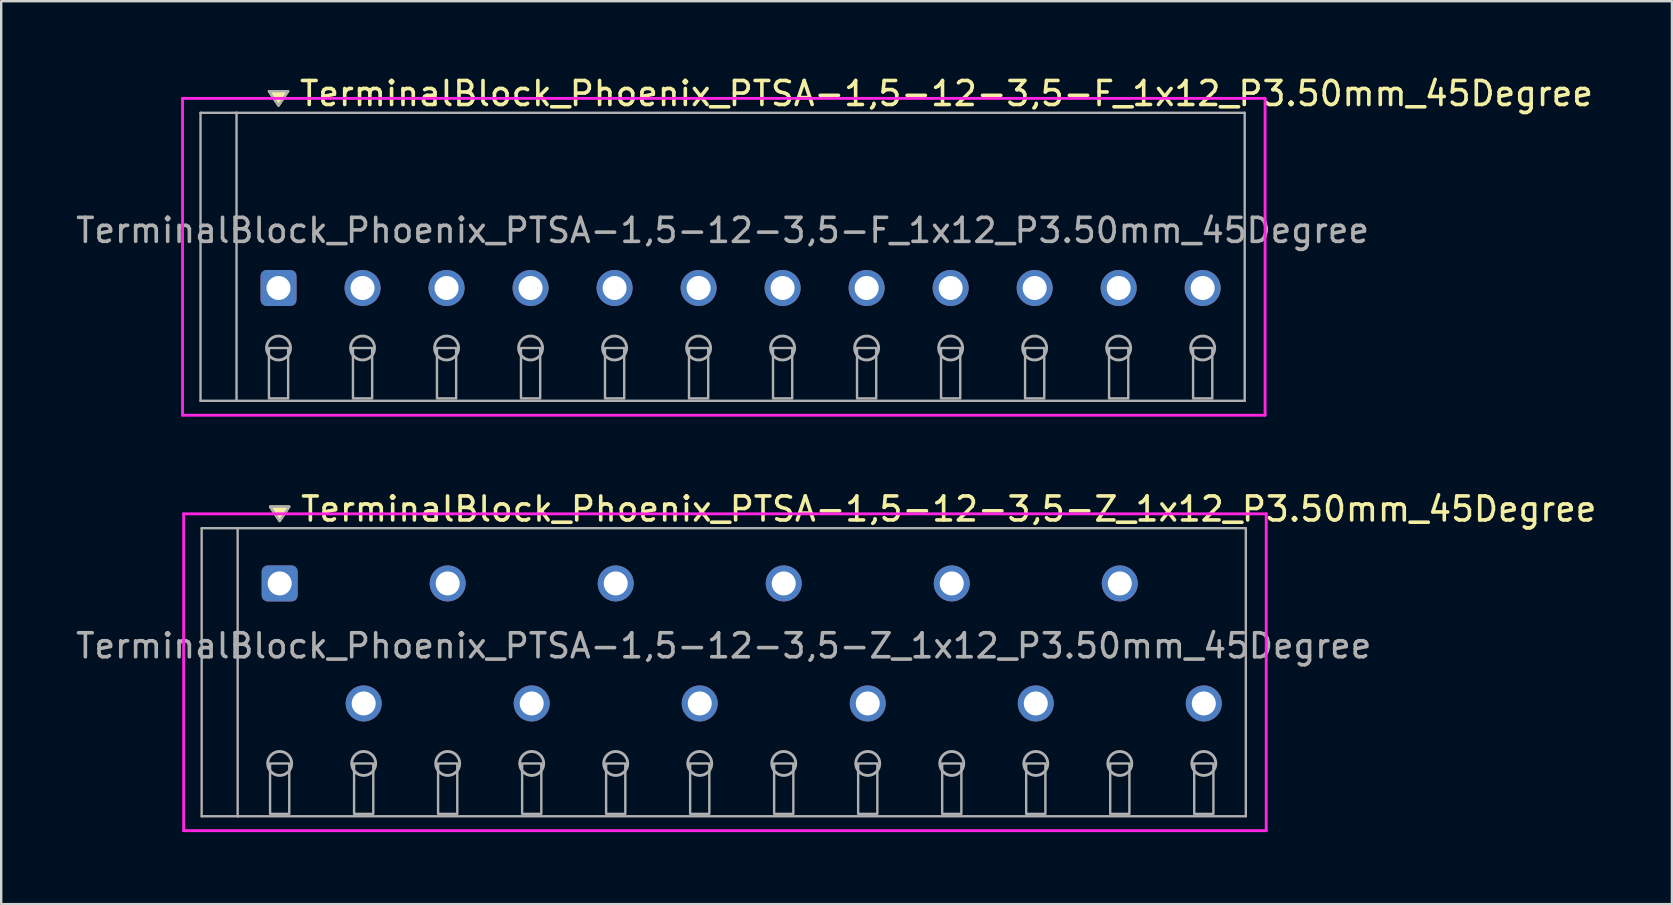
<source format=kicad_pcb>
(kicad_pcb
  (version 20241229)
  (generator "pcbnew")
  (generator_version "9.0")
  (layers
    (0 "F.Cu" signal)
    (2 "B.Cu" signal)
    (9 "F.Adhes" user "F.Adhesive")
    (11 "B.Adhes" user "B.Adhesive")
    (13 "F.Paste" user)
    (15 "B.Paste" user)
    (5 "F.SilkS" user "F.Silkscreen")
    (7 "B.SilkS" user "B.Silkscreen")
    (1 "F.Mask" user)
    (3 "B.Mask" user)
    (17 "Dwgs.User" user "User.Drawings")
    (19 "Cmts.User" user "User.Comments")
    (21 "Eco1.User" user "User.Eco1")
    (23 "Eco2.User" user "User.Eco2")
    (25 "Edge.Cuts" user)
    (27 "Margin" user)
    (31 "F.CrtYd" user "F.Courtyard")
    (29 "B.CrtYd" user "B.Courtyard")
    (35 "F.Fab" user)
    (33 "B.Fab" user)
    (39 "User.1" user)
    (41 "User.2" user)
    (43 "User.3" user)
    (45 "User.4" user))
  (footprint "TerminalBlock_Phoenix_PTSA-1,5-12-3,5-Z_1x12_P3.50mm_45Degree"
    (layer "F.Cu")
    (at 8.601 26.256)
    (property "Reference" "TerminalBlock_Phoenix_PTSA-1,5-12-3,5-Z_1x12_P3.50mm_45Degree" (at 0.8 -8.1 0) (layer "F.SilkS") (effects (font (size 1 1) (thickness 0.15)) (justify left)))
    (attr through_hole)
    (fp_poly (pts (xy 0 -7.6) (xy -0.4 -8.2) (xy 0.4 -8.2)) (stroke (width 0.1) (type solid)) (fill yes) (layer "F.SilkS"))
    (fp_line (start -4 -7.9) (end 41.1 -7.9) (stroke (width 0.12) (type solid)) (layer "F.CrtYd"))
    (fp_line (start -4 5.3) (end -4 -7.9) (stroke (width 0.12) (type solid)) (layer "F.CrtYd"))
    (fp_line (start 41.1 -7.9) (end 41.1 5.3) (stroke (width 0.12) (type solid)) (layer "F.CrtYd"))
    (fp_line (start 41.1 5.3) (end -4 5.3) (stroke (width 0.12) (type solid)) (layer "F.CrtYd"))
    (fp_line (start -3.25 -7.3) (end -1.75 -7.3) (stroke (width 0.1) (type solid)) (layer "F.Fab"))
    (fp_line (start -3.25 4.7) (end -3.25 -7.3) (stroke (width 0.1) (type solid)) (layer "F.Fab"))
    (fp_line (start -1.75 -7.3) (end -1.75 4.7) (stroke (width 0.1) (type solid)) (layer "F.Fab"))
    (fp_line (start -1.75 4.7) (end -3.25 4.7) (stroke (width 0.1) (type solid)) (layer "F.Fab"))
    (fp_line (start -1.75 4.7) (end 40.25 4.7) (stroke (width 0.1) (type solid)) (layer "F.Fab"))
    (fp_line (start 40.25 -7.3) (end -1.75 -7.3) (stroke (width 0.1) (type solid)) (layer "F.Fab"))
    (fp_line (start 40.25 4.7) (end 40.25 -7.3) (stroke (width 0.1) (type solid)) (layer "F.Fab"))
    (fp_circle (center 0 2.5) (end -0.5 2.5) (stroke (width 0.12) (type solid)) (fill no) (layer "F.Fab"))
    (fp_circle (center 3.5 2.5) (end 3 2.5) (stroke (width 0.12) (type solid)) (fill no) (layer "F.Fab"))
    (fp_circle (center 7 2.5) (end 6.5 2.5) (stroke (width 0.12) (type solid)) (fill no) (layer "F.Fab"))
    (fp_circle (center 10.5 2.5) (end 10 2.5) (stroke (width 0.12) (type solid)) (fill no) (layer "F.Fab"))
    (fp_circle (center 14 2.5) (end 13.5 2.5) (stroke (width 0.12) (type solid)) (fill no) (layer "F.Fab"))
    (fp_circle (center 17.5 2.5) (end 17 2.5) (stroke (width 0.12) (type solid)) (fill no) (layer "F.Fab"))
    (fp_circle (center 21 2.5) (end 20.5 2.5) (stroke (width 0.12) (type solid)) (fill no) (layer "F.Fab"))
    (fp_circle (center 24.5 2.5) (end 24 2.5) (stroke (width 0.12) (type solid)) (fill no) (layer "F.Fab"))
    (fp_circle (center 28 2.5) (end 27.5 2.5) (stroke (width 0.12) (type solid)) (fill no) (layer "F.Fab"))
    (fp_circle (center 31.5 2.5) (end 31 2.5) (stroke (width 0.12) (type solid)) (fill no) (layer "F.Fab"))
    (fp_circle (center 35 2.5) (end 34.5 2.5) (stroke (width 0.12) (type solid)) (fill no) (layer "F.Fab"))
    (fp_circle (center 38.5 2.5) (end 38 2.5) (stroke (width 0.12) (type solid)) (fill no) (layer "F.Fab"))
    (fp_poly (pts (xy 0 -7.6) (xy -0.4 -8.2) (xy 0.4 -8.2)) (stroke (width 0.1) (type solid)) (fill no) (layer "F.Fab"))
    (fp_poly (pts (xy -0.4 2.5) (xy -0.4 4.6) (xy 0.4 4.6) (xy 0.4 2.5)) (stroke (width 0.1) (type solid)) (fill no) (layer "F.Fab"))
    (fp_poly (pts (xy 3.1 2.5) (xy 3.1 4.6) (xy 3.9 4.6) (xy 3.9 2.5)) (stroke (width 0.1) (type solid)) (fill no) (layer "F.Fab"))
    (fp_poly (pts (xy 6.6 2.5) (xy 6.6 4.6) (xy 7.4 4.6) (xy 7.4 2.5)) (stroke (width 0.1) (type solid)) (fill no) (layer "F.Fab"))
    (fp_poly (pts (xy 10.1 2.5) (xy 10.1 4.6) (xy 10.9 4.6) (xy 10.9 2.5)) (stroke (width 0.1) (type solid)) (fill no) (layer "F.Fab"))
    (fp_poly (pts (xy 13.6 2.5) (xy 13.6 4.6) (xy 14.4 4.6) (xy 14.4 2.5)) (stroke (width 0.1) (type solid)) (fill no) (layer "F.Fab"))
    (fp_poly (pts (xy 17.1 2.5) (xy 17.1 4.6) (xy 17.9 4.6) (xy 17.9 2.5)) (stroke (width 0.1) (type solid)) (fill no) (layer "F.Fab"))
    (fp_poly (pts (xy 20.6 2.5) (xy 20.6 4.6) (xy 21.4 4.6) (xy 21.4 2.5)) (stroke (width 0.1) (type solid)) (fill no) (layer "F.Fab"))
    (fp_poly (pts (xy 24.1 2.5) (xy 24.1 4.6) (xy 24.9 4.6) (xy 24.9 2.5)) (stroke (width 0.1) (type solid)) (fill no) (layer "F.Fab"))
    (fp_poly (pts (xy 27.6 2.5) (xy 27.6 4.6) (xy 28.4 4.6) (xy 28.4 2.5)) (stroke (width 0.1) (type solid)) (fill no) (layer "F.Fab"))
    (fp_poly (pts (xy 31.1 2.5) (xy 31.1 4.6) (xy 31.9 4.6) (xy 31.9 2.5)) (stroke (width 0.1) (type solid)) (fill no) (layer "F.Fab"))
    (fp_poly (pts (xy 34.6 2.5) (xy 34.6 4.6) (xy 35.4 4.6) (xy 35.4 2.5)) (stroke (width 0.1) (type solid)) (fill no) (layer "F.Fab"))
    (fp_poly (pts (xy 38.1 2.5) (xy 38.1 4.6) (xy 38.9 4.6) (xy 38.9 2.5)) (stroke (width 0.1) (type solid)) (fill no) (layer "F.Fab"))
    (fp_text user "${REFERENCE}" (at 18.5 -2.4 0) (layer "F.Fab") (effects (font (size 1 1) (thickness 0.15))))
    (pad "1" thru_hole roundrect (at 0 -5) (size 1.5 1.5) (drill 1) (layers "*.Cu" "*.Mask") (roundrect_rratio 0.167))
    (pad "2" thru_hole oval (at 3.5 0) (size 1.5 1.5) (drill 1) (layers "*.Cu" "*.Mask"))
    (pad "3" thru_hole oval (at 7 -5) (size 1.5 1.5) (drill 1) (layers "*.Cu" "*.Mask"))
    (pad "4" thru_hole oval (at 10.5 0) (size 1.5 1.5) (drill 1) (layers "*.Cu" "*.Mask"))
    (pad "5" thru_hole oval (at 14 -5) (size 1.5 1.5) (drill 1) (layers "*.Cu" "*.Mask"))
    (pad "6" thru_hole oval (at 17.5 0) (size 1.5 1.5) (drill 1) (layers "*.Cu" "*.Mask"))
    (pad "7" thru_hole oval (at 21 -5) (size 1.5 1.5) (drill 1) (layers "*.Cu" "*.Mask"))
    (pad "8" thru_hole oval (at 24.5 0) (size 1.5 1.5) (drill 1) (layers "*.Cu" "*.Mask"))
    (pad "9" thru_hole oval (at 28 -5) (size 1.5 1.5) (drill 1) (layers "*.Cu" "*.Mask"))
    (pad "10" thru_hole oval (at 31.5 0) (size 1.5 1.5) (drill 1) (layers "*.Cu" "*.Mask"))
    (pad "11" thru_hole oval (at 35 -5) (size 1.5 1.5) (drill 1) (layers "*.Cu" "*.Mask"))
    (pad "12" thru_hole oval (at 38.5 0) (size 1.5 1.5) (drill 1) (layers "*.Cu" "*.Mask")))
  (footprint "TerminalBlock_Phoenix_PTSA-1,5-12-3,5-F_1x12_P3.50mm_45Degree"
    (layer "F.Cu")
    (at 8.554 8.948)
    (property "Reference" "TerminalBlock_Phoenix_PTSA-1,5-12-3,5-F_1x12_P3.50mm_45Degree" (at 0.8 -8.1 0) (layer "F.SilkS") (effects (font (size 1 1) (thickness 0.15)) (justify left)))
    (attr through_hole)
    (fp_poly (pts (xy 0 -7.6) (xy -0.4 -8.2) (xy 0.4 -8.2)) (stroke (width 0.1) (type solid)) (fill yes) (layer "F.SilkS"))
    (fp_line (start -4 -7.9) (end 41.1 -7.9) (stroke (width 0.12) (type solid)) (layer "F.CrtYd"))
    (fp_line (start -4 5.3) (end -4 -7.9) (stroke (width 0.12) (type solid)) (layer "F.CrtYd"))
    (fp_line (start 41.1 -7.9) (end 41.1 5.3) (stroke (width 0.12) (type solid)) (layer "F.CrtYd"))
    (fp_line (start 41.1 5.3) (end -4 5.3) (stroke (width 0.12) (type solid)) (layer "F.CrtYd"))
    (fp_line (start -3.25 -7.3) (end -1.75 -7.3) (stroke (width 0.1) (type solid)) (layer "F.Fab"))
    (fp_line (start -3.25 4.7) (end -3.25 -7.3) (stroke (width 0.1) (type solid)) (layer "F.Fab"))
    (fp_line (start -1.75 -7.3) (end -1.75 4.7) (stroke (width 0.1) (type solid)) (layer "F.Fab"))
    (fp_line (start -1.75 4.7) (end -3.25 4.7) (stroke (width 0.1) (type solid)) (layer "F.Fab"))
    (fp_line (start -1.75 4.7) (end 40.25 4.7) (stroke (width 0.1) (type solid)) (layer "F.Fab"))
    (fp_line (start 40.25 -7.3) (end -1.75 -7.3) (stroke (width 0.1) (type solid)) (layer "F.Fab"))
    (fp_line (start 40.25 4.7) (end 40.25 -7.3) (stroke (width 0.1) (type solid)) (layer "F.Fab"))
    (fp_circle (center 0 2.5) (end -0.5 2.5) (stroke (width 0.12) (type solid)) (fill no) (layer "F.Fab"))
    (fp_circle (center 3.5 2.5) (end 3 2.5) (stroke (width 0.12) (type solid)) (fill no) (layer "F.Fab"))
    (fp_circle (center 7 2.5) (end 6.5 2.5) (stroke (width 0.12) (type solid)) (fill no) (layer "F.Fab"))
    (fp_circle (center 10.5 2.5) (end 10 2.5) (stroke (width 0.12) (type solid)) (fill no) (layer "F.Fab"))
    (fp_circle (center 14 2.5) (end 13.5 2.5) (stroke (width 0.12) (type solid)) (fill no) (layer "F.Fab"))
    (fp_circle (center 17.5 2.5) (end 17 2.5) (stroke (width 0.12) (type solid)) (fill no) (layer "F.Fab"))
    (fp_circle (center 21 2.5) (end 20.5 2.5) (stroke (width 0.12) (type solid)) (fill no) (layer "F.Fab"))
    (fp_circle (center 24.5 2.5) (end 24 2.5) (stroke (width 0.12) (type solid)) (fill no) (layer "F.Fab"))
    (fp_circle (center 28 2.5) (end 27.5 2.5) (stroke (width 0.12) (type solid)) (fill no) (layer "F.Fab"))
    (fp_circle (center 31.5 2.5) (end 31 2.5) (stroke (width 0.12) (type solid)) (fill no) (layer "F.Fab"))
    (fp_circle (center 35 2.5) (end 34.5 2.5) (stroke (width 0.12) (type solid)) (fill no) (layer "F.Fab"))
    (fp_circle (center 38.5 2.5) (end 38 2.5) (stroke (width 0.12) (type solid)) (fill no) (layer "F.Fab"))
    (fp_poly (pts (xy 0 -7.6) (xy -0.4 -8.2) (xy 0.4 -8.2)) (stroke (width 0.1) (type solid)) (fill no) (layer "F.Fab"))
    (fp_poly (pts (xy -0.4 2.5) (xy -0.4 4.6) (xy 0.4 4.6) (xy 0.4 2.5)) (stroke (width 0.1) (type solid)) (fill no) (layer "F.Fab"))
    (fp_poly (pts (xy 3.1 2.5) (xy 3.1 4.6) (xy 3.9 4.6) (xy 3.9 2.5)) (stroke (width 0.1) (type solid)) (fill no) (layer "F.Fab"))
    (fp_poly (pts (xy 6.6 2.5) (xy 6.6 4.6) (xy 7.4 4.6) (xy 7.4 2.5)) (stroke (width 0.1) (type solid)) (fill no) (layer "F.Fab"))
    (fp_poly (pts (xy 10.1 2.5) (xy 10.1 4.6) (xy 10.9 4.6) (xy 10.9 2.5)) (stroke (width 0.1) (type solid)) (fill no) (layer "F.Fab"))
    (fp_poly (pts (xy 13.6 2.5) (xy 13.6 4.6) (xy 14.4 4.6) (xy 14.4 2.5)) (stroke (width 0.1) (type solid)) (fill no) (layer "F.Fab"))
    (fp_poly (pts (xy 17.1 2.5) (xy 17.1 4.6) (xy 17.9 4.6) (xy 17.9 2.5)) (stroke (width 0.1) (type solid)) (fill no) (layer "F.Fab"))
    (fp_poly (pts (xy 20.6 2.5) (xy 20.6 4.6) (xy 21.4 4.6) (xy 21.4 2.5)) (stroke (width 0.1) (type solid)) (fill no) (layer "F.Fab"))
    (fp_poly (pts (xy 24.1 2.5) (xy 24.1 4.6) (xy 24.9 4.6) (xy 24.9 2.5)) (stroke (width 0.1) (type solid)) (fill no) (layer "F.Fab"))
    (fp_poly (pts (xy 27.6 2.5) (xy 27.6 4.6) (xy 28.4 4.6) (xy 28.4 2.5)) (stroke (width 0.1) (type solid)) (fill no) (layer "F.Fab"))
    (fp_poly (pts (xy 31.1 2.5) (xy 31.1 4.6) (xy 31.9 4.6) (xy 31.9 2.5)) (stroke (width 0.1) (type solid)) (fill no) (layer "F.Fab"))
    (fp_poly (pts (xy 34.6 2.5) (xy 34.6 4.6) (xy 35.4 4.6) (xy 35.4 2.5)) (stroke (width 0.1) (type solid)) (fill no) (layer "F.Fab"))
    (fp_poly (pts (xy 38.1 2.5) (xy 38.1 4.6) (xy 38.9 4.6) (xy 38.9 2.5)) (stroke (width 0.1) (type solid)) (fill no) (layer "F.Fab"))
    (fp_text user "${REFERENCE}" (at 18.5 -2.4 0) (layer "F.Fab") (effects (font (size 1 1) (thickness 0.15))))
    (pad "1" thru_hole roundrect (at 0 0) (size 1.5 1.5) (drill 1) (layers "*.Cu" "*.Mask") (roundrect_rratio 0.167))
    (pad "2" thru_hole oval (at 3.5 0) (size 1.5 1.5) (drill 1) (layers "*.Cu" "*.Mask"))
    (pad "3" thru_hole oval (at 7 0) (size 1.5 1.5) (drill 1) (layers "*.Cu" "*.Mask"))
    (pad "4" thru_hole oval (at 10.5 0) (size 1.5 1.5) (drill 1) (layers "*.Cu" "*.Mask"))
    (pad "5" thru_hole oval (at 14 0) (size 1.5 1.5) (drill 1) (layers "*.Cu" "*.Mask"))
    (pad "6" thru_hole oval (at 17.5 0) (size 1.5 1.5) (drill 1) (layers "*.Cu" "*.Mask"))
    (pad "7" thru_hole oval (at 21 0) (size 1.5 1.5) (drill 1) (layers "*.Cu" "*.Mask"))
    (pad "8" thru_hole oval (at 24.5 0) (size 1.5 1.5) (drill 1) (layers "*.Cu" "*.Mask"))
    (pad "9" thru_hole oval (at 28 0) (size 1.5 1.5) (drill 1) (layers "*.Cu" "*.Mask"))
    (pad "10" thru_hole oval (at 31.5 0) (size 1.5 1.5) (drill 1) (layers "*.Cu" "*.Mask"))
    (pad "11" thru_hole oval (at 35 0) (size 1.5 1.5) (drill 1) (layers "*.Cu" "*.Mask"))
    (pad "12" thru_hole oval (at 38.5 0) (size 1.5 1.5) (drill 1) (layers "*.Cu" "*.Mask")))
  (gr_rect
    (start -3 -3)
    (end 66.604 34.617)
    (stroke (width 0.1) (type default))
    (fill no)
    (layer "Edge.Cuts")))
</source>
